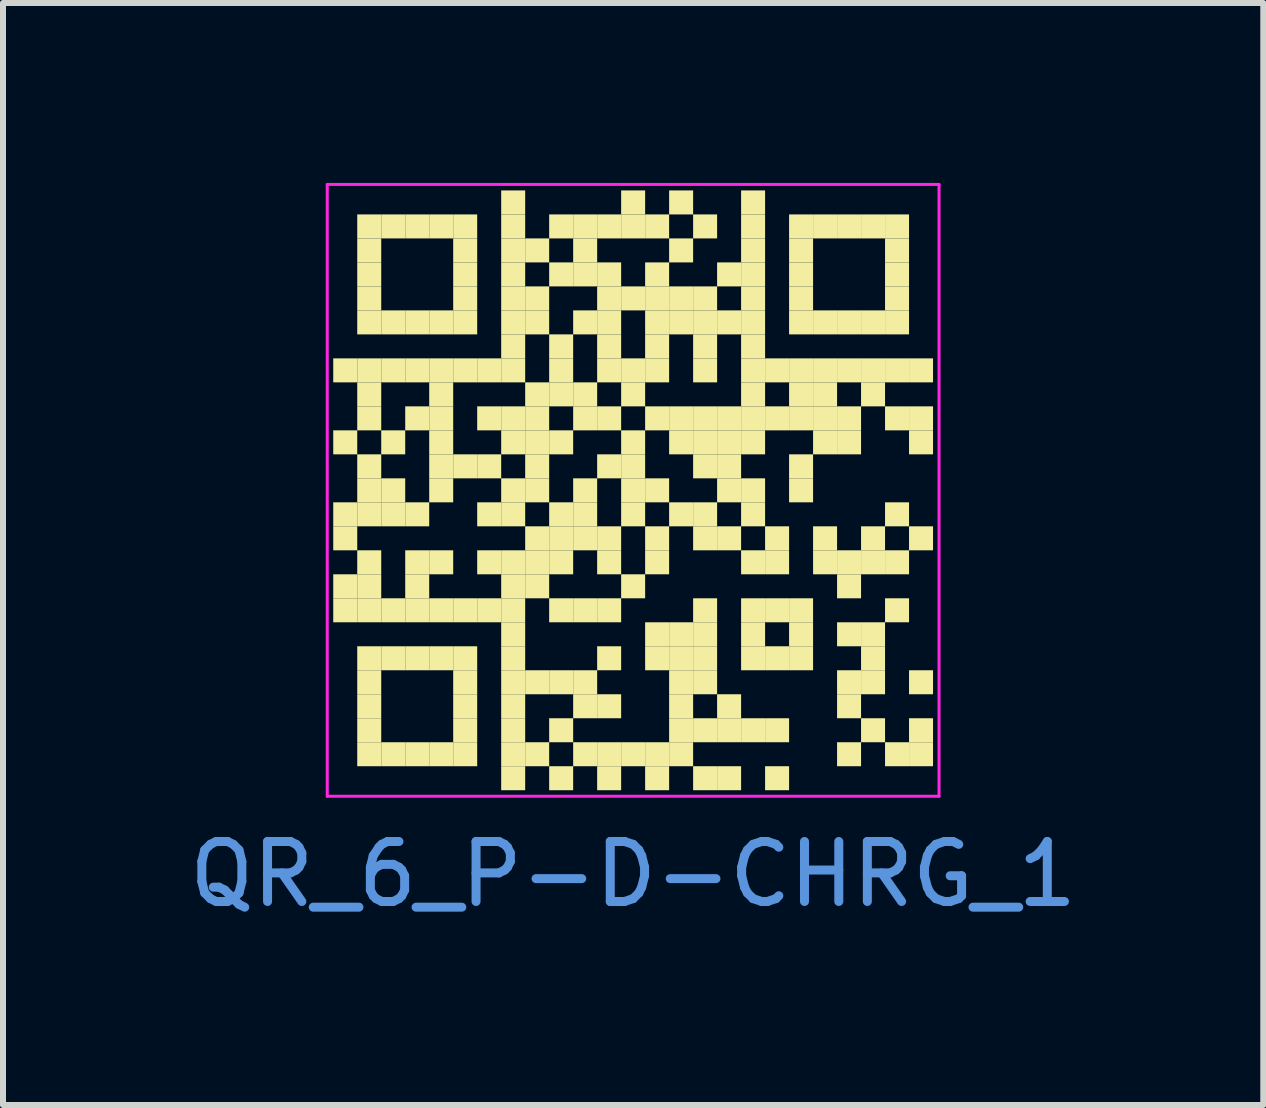
<source format=kicad_pcb>
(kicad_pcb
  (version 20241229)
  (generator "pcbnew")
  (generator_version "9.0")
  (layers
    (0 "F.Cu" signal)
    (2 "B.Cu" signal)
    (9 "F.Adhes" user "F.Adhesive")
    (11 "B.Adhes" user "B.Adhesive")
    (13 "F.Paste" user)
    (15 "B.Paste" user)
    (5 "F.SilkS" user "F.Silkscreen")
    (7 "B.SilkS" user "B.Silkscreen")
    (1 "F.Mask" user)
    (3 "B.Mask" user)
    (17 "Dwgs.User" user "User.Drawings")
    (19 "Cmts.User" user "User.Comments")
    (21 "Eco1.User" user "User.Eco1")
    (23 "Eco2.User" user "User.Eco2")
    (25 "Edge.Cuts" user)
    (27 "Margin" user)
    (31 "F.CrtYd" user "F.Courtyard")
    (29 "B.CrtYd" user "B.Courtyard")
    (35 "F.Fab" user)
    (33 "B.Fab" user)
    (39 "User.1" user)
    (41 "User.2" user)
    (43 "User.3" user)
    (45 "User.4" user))
  (footprint "QR_6_P-D-CHRG_1"
    (layer "F.Cu")
    (at 7.506 5.125)
    (property "Reference" "QR_6_P-D-CHRG_1" (at 0 6.4 0) (layer "Cmts.User") (effects (font (size 1 1) (thickness 0.15))))
    (fp_rect (start -5 -2.2) (end -4.6 -1.8) (stroke (width 0) (type solid)) (fill yes) (layer "F.SilkS"))
    (fp_rect (start -5 -1) (end -4.6 -0.6) (stroke (width 0) (type solid)) (fill yes) (layer "F.SilkS"))
    (fp_rect (start -5 0.2) (end -4.6 0.6) (stroke (width 0) (type solid)) (fill yes) (layer "F.SilkS"))
    (fp_rect (start -5 0.6) (end -4.6 1) (stroke (width 0) (type solid)) (fill yes) (layer "F.SilkS"))
    (fp_rect (start -5 1.4) (end -4.6 1.8) (stroke (width 0) (type solid)) (fill yes) (layer "F.SilkS"))
    (fp_rect (start -5 1.8) (end -4.6 2.2) (stroke (width 0) (type solid)) (fill yes) (layer "F.SilkS"))
    (fp_rect (start -4.6 -4.6) (end -4.2 -4.2) (stroke (width 0) (type solid)) (fill yes) (layer "F.SilkS"))
    (fp_rect (start -4.6 -4.2) (end -4.2 -3.8) (stroke (width 0) (type solid)) (fill yes) (layer "F.SilkS"))
    (fp_rect (start -4.6 -3.8) (end -4.2 -3.4) (stroke (width 0) (type solid)) (fill yes) (layer "F.SilkS"))
    (fp_rect (start -4.6 -3.4) (end -4.2 -3) (stroke (width 0) (type solid)) (fill yes) (layer "F.SilkS"))
    (fp_rect (start -4.6 -3) (end -4.2 -2.6) (stroke (width 0) (type solid)) (fill yes) (layer "F.SilkS"))
    (fp_rect (start -4.6 -2.2) (end -4.2 -1.8) (stroke (width 0) (type solid)) (fill yes) (layer "F.SilkS"))
    (fp_rect (start -4.6 -1.8) (end -4.2 -1.4) (stroke (width 0) (type solid)) (fill yes) (layer "F.SilkS"))
    (fp_rect (start -4.6 -1.4) (end -4.2 -1) (stroke (width 0) (type solid)) (fill yes) (layer "F.SilkS"))
    (fp_rect (start -4.6 -0.6) (end -4.2 -0.2) (stroke (width 0) (type solid)) (fill yes) (layer "F.SilkS"))
    (fp_rect (start -4.6 -0.2) (end -4.2 0.2) (stroke (width 0) (type solid)) (fill yes) (layer "F.SilkS"))
    (fp_rect (start -4.6 0.2) (end -4.2 0.6) (stroke (width 0) (type solid)) (fill yes) (layer "F.SilkS"))
    (fp_rect (start -4.6 1) (end -4.2 1.4) (stroke (width 0) (type solid)) (fill yes) (layer "F.SilkS"))
    (fp_rect (start -4.6 1.4) (end -4.2 1.8) (stroke (width 0) (type solid)) (fill yes) (layer "F.SilkS"))
    (fp_rect (start -4.6 1.8) (end -4.2 2.2) (stroke (width 0) (type solid)) (fill yes) (layer "F.SilkS"))
    (fp_rect (start -4.6 2.6) (end -4.2 3) (stroke (width 0) (type solid)) (fill yes) (layer "F.SilkS"))
    (fp_rect (start -4.6 3) (end -4.2 3.4) (stroke (width 0) (type solid)) (fill yes) (layer "F.SilkS"))
    (fp_rect (start -4.6 3.4) (end -4.2 3.8) (stroke (width 0) (type solid)) (fill yes) (layer "F.SilkS"))
    (fp_rect (start -4.6 3.8) (end -4.2 4.2) (stroke (width 0) (type solid)) (fill yes) (layer "F.SilkS"))
    (fp_rect (start -4.6 4.2) (end -4.2 4.6) (stroke (width 0) (type solid)) (fill yes) (layer "F.SilkS"))
    (fp_rect (start -4.2 -4.6) (end -3.8 -4.2) (stroke (width 0) (type solid)) (fill yes) (layer "F.SilkS"))
    (fp_rect (start -4.2 -3) (end -3.8 -2.6) (stroke (width 0) (type solid)) (fill yes) (layer "F.SilkS"))
    (fp_rect (start -4.2 -2.2) (end -3.8 -1.8) (stroke (width 0) (type solid)) (fill yes) (layer "F.SilkS"))
    (fp_rect (start -4.2 -1) (end -3.8 -0.6) (stroke (width 0) (type solid)) (fill yes) (layer "F.SilkS"))
    (fp_rect (start -4.2 -0.2) (end -3.8 0.2) (stroke (width 0) (type solid)) (fill yes) (layer "F.SilkS"))
    (fp_rect (start -4.2 0.2) (end -3.8 0.6) (stroke (width 0) (type solid)) (fill yes) (layer "F.SilkS"))
    (fp_rect (start -4.2 1.8) (end -3.8 2.2) (stroke (width 0) (type solid)) (fill yes) (layer "F.SilkS"))
    (fp_rect (start -4.2 2.6) (end -3.8 3) (stroke (width 0) (type solid)) (fill yes) (layer "F.SilkS"))
    (fp_rect (start -4.2 4.2) (end -3.8 4.6) (stroke (width 0) (type solid)) (fill yes) (layer "F.SilkS"))
    (fp_rect (start -3.8 -4.6) (end -3.4 -4.2) (stroke (width 0) (type solid)) (fill yes) (layer "F.SilkS"))
    (fp_rect (start -3.8 -3) (end -3.4 -2.6) (stroke (width 0) (type solid)) (fill yes) (layer "F.SilkS"))
    (fp_rect (start -3.8 -2.2) (end -3.4 -1.8) (stroke (width 0) (type solid)) (fill yes) (layer "F.SilkS"))
    (fp_rect (start -3.8 -1.4) (end -3.4 -1) (stroke (width 0) (type solid)) (fill yes) (layer "F.SilkS"))
    (fp_rect (start -3.8 0.2) (end -3.4 0.6) (stroke (width 0) (type solid)) (fill yes) (layer "F.SilkS"))
    (fp_rect (start -3.8 1) (end -3.4 1.4) (stroke (width 0) (type solid)) (fill yes) (layer "F.SilkS"))
    (fp_rect (start -3.8 1.4) (end -3.4 1.8) (stroke (width 0) (type solid)) (fill yes) (layer "F.SilkS"))
    (fp_rect (start -3.8 1.8) (end -3.4 2.2) (stroke (width 0) (type solid)) (fill yes) (layer "F.SilkS"))
    (fp_rect (start -3.8 2.6) (end -3.4 3) (stroke (width 0) (type solid)) (fill yes) (layer "F.SilkS"))
    (fp_rect (start -3.8 4.2) (end -3.4 4.6) (stroke (width 0) (type solid)) (fill yes) (layer "F.SilkS"))
    (fp_rect (start -3.4 -4.6) (end -3 -4.2) (stroke (width 0) (type solid)) (fill yes) (layer "F.SilkS"))
    (fp_rect (start -3.4 -3) (end -3 -2.6) (stroke (width 0) (type solid)) (fill yes) (layer "F.SilkS"))
    (fp_rect (start -3.4 -2.2) (end -3 -1.8) (stroke (width 0) (type solid)) (fill yes) (layer "F.SilkS"))
    (fp_rect (start -3.4 -1.8) (end -3 -1.4) (stroke (width 0) (type solid)) (fill yes) (layer "F.SilkS"))
    (fp_rect (start -3.4 -1.4) (end -3 -1) (stroke (width 0) (type solid)) (fill yes) (layer "F.SilkS"))
    (fp_rect (start -3.4 -1) (end -3 -0.6) (stroke (width 0) (type solid)) (fill yes) (layer "F.SilkS"))
    (fp_rect (start -3.4 -0.6) (end -3 -0.2) (stroke (width 0) (type solid)) (fill yes) (layer "F.SilkS"))
    (fp_rect (start -3.4 -0.2) (end -3 0.2) (stroke (width 0) (type solid)) (fill yes) (layer "F.SilkS"))
    (fp_rect (start -3.4 1) (end -3 1.4) (stroke (width 0) (type solid)) (fill yes) (layer "F.SilkS"))
    (fp_rect (start -3.4 1.8) (end -3 2.2) (stroke (width 0) (type solid)) (fill yes) (layer "F.SilkS"))
    (fp_rect (start -3.4 2.6) (end -3 3) (stroke (width 0) (type solid)) (fill yes) (layer "F.SilkS"))
    (fp_rect (start -3.4 4.2) (end -3 4.6) (stroke (width 0) (type solid)) (fill yes) (layer "F.SilkS"))
    (fp_rect (start -3 -4.6) (end -2.6 -4.2) (stroke (width 0) (type solid)) (fill yes) (layer "F.SilkS"))
    (fp_rect (start -3 -4.2) (end -2.6 -3.8) (stroke (width 0) (type solid)) (fill yes) (layer "F.SilkS"))
    (fp_rect (start -3 -3.8) (end -2.6 -3.4) (stroke (width 0) (type solid)) (fill yes) (layer "F.SilkS"))
    (fp_rect (start -3 -3.4) (end -2.6 -3) (stroke (width 0) (type solid)) (fill yes) (layer "F.SilkS"))
    (fp_rect (start -3 -3) (end -2.6 -2.6) (stroke (width 0) (type solid)) (fill yes) (layer "F.SilkS"))
    (fp_rect (start -3 -2.2) (end -2.6 -1.8) (stroke (width 0) (type solid)) (fill yes) (layer "F.SilkS"))
    (fp_rect (start -3 -0.6) (end -2.6 -0.2) (stroke (width 0) (type solid)) (fill yes) (layer "F.SilkS"))
    (fp_rect (start -3 1.8) (end -2.6 2.2) (stroke (width 0) (type solid)) (fill yes) (layer "F.SilkS"))
    (fp_rect (start -3 2.6) (end -2.6 3) (stroke (width 0) (type solid)) (fill yes) (layer "F.SilkS"))
    (fp_rect (start -3 3) (end -2.6 3.4) (stroke (width 0) (type solid)) (fill yes) (layer "F.SilkS"))
    (fp_rect (start -3 3.4) (end -2.6 3.8) (stroke (width 0) (type solid)) (fill yes) (layer "F.SilkS"))
    (fp_rect (start -3 3.8) (end -2.6 4.2) (stroke (width 0) (type solid)) (fill yes) (layer "F.SilkS"))
    (fp_rect (start -3 4.2) (end -2.6 4.6) (stroke (width 0) (type solid)) (fill yes) (layer "F.SilkS"))
    (fp_rect (start -2.6 -2.2) (end -2.2 -1.8) (stroke (width 0) (type solid)) (fill yes) (layer "F.SilkS"))
    (fp_rect (start -2.6 -1.4) (end -2.2 -1) (stroke (width 0) (type solid)) (fill yes) (layer "F.SilkS"))
    (fp_rect (start -2.6 -0.6) (end -2.2 -0.2) (stroke (width 0) (type solid)) (fill yes) (layer "F.SilkS"))
    (fp_rect (start -2.6 0.2) (end -2.2 0.6) (stroke (width 0) (type solid)) (fill yes) (layer "F.SilkS"))
    (fp_rect (start -2.6 1) (end -2.2 1.4) (stroke (width 0) (type solid)) (fill yes) (layer "F.SilkS"))
    (fp_rect (start -2.6 1.8) (end -2.2 2.2) (stroke (width 0) (type solid)) (fill yes) (layer "F.SilkS"))
    (fp_rect (start -2.2 -5) (end -1.8 -4.6) (stroke (width 0) (type solid)) (fill yes) (layer "F.SilkS"))
    (fp_rect (start -2.2 -4.6) (end -1.8 -4.2) (stroke (width 0) (type solid)) (fill yes) (layer "F.SilkS"))
    (fp_rect (start -2.2 -4.2) (end -1.8 -3.8) (stroke (width 0) (type solid)) (fill yes) (layer "F.SilkS"))
    (fp_rect (start -2.2 -3.8) (end -1.8 -3.4) (stroke (width 0) (type solid)) (fill yes) (layer "F.SilkS"))
    (fp_rect (start -2.2 -3.4) (end -1.8 -3) (stroke (width 0) (type solid)) (fill yes) (layer "F.SilkS"))
    (fp_rect (start -2.2 -3) (end -1.8 -2.6) (stroke (width 0) (type solid)) (fill yes) (layer "F.SilkS"))
    (fp_rect (start -2.2 -2.6) (end -1.8 -2.2) (stroke (width 0) (type solid)) (fill yes) (layer "F.SilkS"))
    (fp_rect (start -2.2 -2.2) (end -1.8 -1.8) (stroke (width 0) (type solid)) (fill yes) (layer "F.SilkS"))
    (fp_rect (start -2.2 -1.4) (end -1.8 -1) (stroke (width 0) (type solid)) (fill yes) (layer "F.SilkS"))
    (fp_rect (start -2.2 -1) (end -1.8 -0.6) (stroke (width 0) (type solid)) (fill yes) (layer "F.SilkS"))
    (fp_rect (start -2.2 -0.2) (end -1.8 0.2) (stroke (width 0) (type solid)) (fill yes) (layer "F.SilkS"))
    (fp_rect (start -2.2 0.2) (end -1.8 0.6) (stroke (width 0) (type solid)) (fill yes) (layer "F.SilkS"))
    (fp_rect (start -2.2 1) (end -1.8 1.4) (stroke (width 0) (type solid)) (fill yes) (layer "F.SilkS"))
    (fp_rect (start -2.2 1.4) (end -1.8 1.8) (stroke (width 0) (type solid)) (fill yes) (layer "F.SilkS"))
    (fp_rect (start -2.2 1.8) (end -1.8 2.2) (stroke (width 0) (type solid)) (fill yes) (layer "F.SilkS"))
    (fp_rect (start -2.2 2.2) (end -1.8 2.6) (stroke (width 0) (type solid)) (fill yes) (layer "F.SilkS"))
    (fp_rect (start -2.2 2.6) (end -1.8 3) (stroke (width 0) (type solid)) (fill yes) (layer "F.SilkS"))
    (fp_rect (start -2.2 3) (end -1.8 3.4) (stroke (width 0) (type solid)) (fill yes) (layer "F.SilkS"))
    (fp_rect (start -2.2 3.4) (end -1.8 3.8) (stroke (width 0) (type solid)) (fill yes) (layer "F.SilkS"))
    (fp_rect (start -2.2 3.8) (end -1.8 4.2) (stroke (width 0) (type solid)) (fill yes) (layer "F.SilkS"))
    (fp_rect (start -2.2 4.2) (end -1.8 4.6) (stroke (width 0) (type solid)) (fill yes) (layer "F.SilkS"))
    (fp_rect (start -2.2 4.6) (end -1.8 5) (stroke (width 0) (type solid)) (fill yes) (layer "F.SilkS"))
    (fp_rect (start -1.8 -4.2) (end -1.4 -3.8) (stroke (width 0) (type solid)) (fill yes) (layer "F.SilkS"))
    (fp_rect (start -1.8 -3.4) (end -1.4 -3) (stroke (width 0) (type solid)) (fill yes) (layer "F.SilkS"))
    (fp_rect (start -1.8 -3) (end -1.4 -2.6) (stroke (width 0) (type solid)) (fill yes) (layer "F.SilkS"))
    (fp_rect (start -1.8 -1.8) (end -1.4 -1.4) (stroke (width 0) (type solid)) (fill yes) (layer "F.SilkS"))
    (fp_rect (start -1.8 -1.4) (end -1.4 -1) (stroke (width 0) (type solid)) (fill yes) (layer "F.SilkS"))
    (fp_rect (start -1.8 -1) (end -1.4 -0.6) (stroke (width 0) (type solid)) (fill yes) (layer "F.SilkS"))
    (fp_rect (start -1.8 -0.6) (end -1.4 -0.2) (stroke (width 0) (type solid)) (fill yes) (layer "F.SilkS"))
    (fp_rect (start -1.8 -0.2) (end -1.4 0.2) (stroke (width 0) (type solid)) (fill yes) (layer "F.SilkS"))
    (fp_rect (start -1.8 0.6) (end -1.4 1) (stroke (width 0) (type solid)) (fill yes) (layer "F.SilkS"))
    (fp_rect (start -1.8 1) (end -1.4 1.4) (stroke (width 0) (type solid)) (fill yes) (layer "F.SilkS"))
    (fp_rect (start -1.8 1.4) (end -1.4 1.8) (stroke (width 0) (type solid)) (fill yes) (layer "F.SilkS"))
    (fp_rect (start -1.8 3) (end -1.4 3.4) (stroke (width 0) (type solid)) (fill yes) (layer "F.SilkS"))
    (fp_rect (start -1.8 4.2) (end -1.4 4.6) (stroke (width 0) (type solid)) (fill yes) (layer "F.SilkS"))
    (fp_rect (start -1.4 -4.6) (end -1 -4.2) (stroke (width 0) (type solid)) (fill yes) (layer "F.SilkS"))
    (fp_rect (start -1.4 -3.8) (end -1 -3.4) (stroke (width 0) (type solid)) (fill yes) (layer "F.SilkS"))
    (fp_rect (start -1.4 -2.6) (end -1 -2.2) (stroke (width 0) (type solid)) (fill yes) (layer "F.SilkS"))
    (fp_rect (start -1.4 -2.2) (end -1 -1.8) (stroke (width 0) (type solid)) (fill yes) (layer "F.SilkS"))
    (fp_rect (start -1.4 -1.8) (end -1 -1.4) (stroke (width 0) (type solid)) (fill yes) (layer "F.SilkS"))
    (fp_rect (start -1.4 -1) (end -1 -0.6) (stroke (width 0) (type solid)) (fill yes) (layer "F.SilkS"))
    (fp_rect (start -1.4 0.2) (end -1 0.6) (stroke (width 0) (type solid)) (fill yes) (layer "F.SilkS"))
    (fp_rect (start -1.4 0.6) (end -1 1) (stroke (width 0) (type solid)) (fill yes) (layer "F.SilkS"))
    (fp_rect (start -1.4 1) (end -1 1.4) (stroke (width 0) (type solid)) (fill yes) (layer "F.SilkS"))
    (fp_rect (start -1.4 1.8) (end -1 2.2) (stroke (width 0) (type solid)) (fill yes) (layer "F.SilkS"))
    (fp_rect (start -1.4 3) (end -1 3.4) (stroke (width 0) (type solid)) (fill yes) (layer "F.SilkS"))
    (fp_rect (start -1.4 3.8) (end -1 4.2) (stroke (width 0) (type solid)) (fill yes) (layer "F.SilkS"))
    (fp_rect (start -1.4 4.6) (end -1 5) (stroke (width 0) (type solid)) (fill yes) (layer "F.SilkS"))
    (fp_rect (start -1 -4.6) (end -0.6 -4.2) (stroke (width 0) (type solid)) (fill yes) (layer "F.SilkS"))
    (fp_rect (start -1 -4.2) (end -0.6 -3.8) (stroke (width 0) (type solid)) (fill yes) (layer "F.SilkS"))
    (fp_rect (start -1 -3.8) (end -0.6 -3.4) (stroke (width 0) (type solid)) (fill yes) (layer "F.SilkS"))
    (fp_rect (start -1 -3) (end -0.6 -2.6) (stroke (width 0) (type solid)) (fill yes) (layer "F.SilkS"))
    (fp_rect (start -1 -1.8) (end -0.6 -1.4) (stroke (width 0) (type solid)) (fill yes) (layer "F.SilkS"))
    (fp_rect (start -1 -1.4) (end -0.6 -1) (stroke (width 0) (type solid)) (fill yes) (layer "F.SilkS"))
    (fp_rect (start -1 -0.2) (end -0.6 0.2) (stroke (width 0) (type solid)) (fill yes) (layer "F.SilkS"))
    (fp_rect (start -1 0.2) (end -0.6 0.6) (stroke (width 0) (type solid)) (fill yes) (layer "F.SilkS"))
    (fp_rect (start -1 0.6) (end -0.6 1) (stroke (width 0) (type solid)) (fill yes) (layer "F.SilkS"))
    (fp_rect (start -1 1.8) (end -0.6 2.2) (stroke (width 0) (type solid)) (fill yes) (layer "F.SilkS"))
    (fp_rect (start -1 3) (end -0.6 3.4) (stroke (width 0) (type solid)) (fill yes) (layer "F.SilkS"))
    (fp_rect (start -1 3.4) (end -0.6 3.8) (stroke (width 0) (type solid)) (fill yes) (layer "F.SilkS"))
    (fp_rect (start -1 4.2) (end -0.6 4.6) (stroke (width 0) (type solid)) (fill yes) (layer "F.SilkS"))
    (fp_rect (start -0.6 -4.6) (end -0.2 -4.2) (stroke (width 0) (type solid)) (fill yes) (layer "F.SilkS"))
    (fp_rect (start -0.6 -3.8) (end -0.2 -3.4) (stroke (width 0) (type solid)) (fill yes) (layer "F.SilkS"))
    (fp_rect (start -0.6 -3.4) (end -0.2 -3) (stroke (width 0) (type solid)) (fill yes) (layer "F.SilkS"))
    (fp_rect (start -0.6 -3) (end -0.2 -2.6) (stroke (width 0) (type solid)) (fill yes) (layer "F.SilkS"))
    (fp_rect (start -0.6 -2.6) (end -0.2 -2.2) (stroke (width 0) (type solid)) (fill yes) (layer "F.SilkS"))
    (fp_rect (start -0.6 -2.2) (end -0.2 -1.8) (stroke (width 0) (type solid)) (fill yes) (layer "F.SilkS"))
    (fp_rect (start -0.6 -1.4) (end -0.2 -1) (stroke (width 0) (type solid)) (fill yes) (layer "F.SilkS"))
    (fp_rect (start -0.6 -0.6) (end -0.2 -0.2) (stroke (width 0) (type solid)) (fill yes) (layer "F.SilkS"))
    (fp_rect (start -0.6 0.6) (end -0.2 1) (stroke (width 0) (type solid)) (fill yes) (layer "F.SilkS"))
    (fp_rect (start -0.6 1) (end -0.2 1.4) (stroke (width 0) (type solid)) (fill yes) (layer "F.SilkS"))
    (fp_rect (start -0.6 1.8) (end -0.2 2.2) (stroke (width 0) (type solid)) (fill yes) (layer "F.SilkS"))
    (fp_rect (start -0.6 2.6) (end -0.2 3) (stroke (width 0) (type solid)) (fill yes) (layer "F.SilkS"))
    (fp_rect (start -0.6 3.4) (end -0.2 3.8) (stroke (width 0) (type solid)) (fill yes) (layer "F.SilkS"))
    (fp_rect (start -0.6 4.2) (end -0.2 4.6) (stroke (width 0) (type solid)) (fill yes) (layer "F.SilkS"))
    (fp_rect (start -0.6 4.6) (end -0.2 5) (stroke (width 0) (type solid)) (fill yes) (layer "F.SilkS"))
    (fp_rect (start -0.2 -5) (end 0.2 -4.6) (stroke (width 0) (type solid)) (fill yes) (layer "F.SilkS"))
    (fp_rect (start -0.2 -4.6) (end 0.2 -4.2) (stroke (width 0) (type solid)) (fill yes) (layer "F.SilkS"))
    (fp_rect (start -0.2 -3.4) (end 0.2 -3) (stroke (width 0) (type solid)) (fill yes) (layer "F.SilkS"))
    (fp_rect (start -0.2 -2.2) (end 0.2 -1.8) (stroke (width 0) (type solid)) (fill yes) (layer "F.SilkS"))
    (fp_rect (start -0.2 -1.8) (end 0.2 -1.4) (stroke (width 0) (type solid)) (fill yes) (layer "F.SilkS"))
    (fp_rect (start -0.2 -1) (end 0.2 -0.6) (stroke (width 0) (type solid)) (fill yes) (layer "F.SilkS"))
    (fp_rect (start -0.2 -0.6) (end 0.2 -0.2) (stroke (width 0) (type solid)) (fill yes) (layer "F.SilkS"))
    (fp_rect (start -0.2 -0.2) (end 0.2 0.2) (stroke (width 0) (type solid)) (fill yes) (layer "F.SilkS"))
    (fp_rect (start -0.2 0.2) (end 0.2 0.6) (stroke (width 0) (type solid)) (fill yes) (layer "F.SilkS"))
    (fp_rect (start -0.2 1.4) (end 0.2 1.8) (stroke (width 0) (type solid)) (fill yes) (layer "F.SilkS"))
    (fp_rect (start -0.2 4.2) (end 0.2 4.6) (stroke (width 0) (type solid)) (fill yes) (layer "F.SilkS"))
    (fp_rect (start 0.2 -4.6) (end 0.6 -4.2) (stroke (width 0) (type solid)) (fill yes) (layer "F.SilkS"))
    (fp_rect (start 0.2 -3.8) (end 0.6 -3.4) (stroke (width 0) (type solid)) (fill yes) (layer "F.SilkS"))
    (fp_rect (start 0.2 -3.4) (end 0.6 -3) (stroke (width 0) (type solid)) (fill yes) (layer "F.SilkS"))
    (fp_rect (start 0.2 -3) (end 0.6 -2.6) (stroke (width 0) (type solid)) (fill yes) (layer "F.SilkS"))
    (fp_rect (start 0.2 -2.6) (end 0.6 -2.2) (stroke (width 0) (type solid)) (fill yes) (layer "F.SilkS"))
    (fp_rect (start 0.2 -2.2) (end 0.6 -1.8) (stroke (width 0) (type solid)) (fill yes) (layer "F.SilkS"))
    (fp_rect (start 0.2 -1.4) (end 0.6 -1) (stroke (width 0) (type solid)) (fill yes) (layer "F.SilkS"))
    (fp_rect (start 0.2 -0.2) (end 0.6 0.2) (stroke (width 0) (type solid)) (fill yes) (layer "F.SilkS"))
    (fp_rect (start 0.2 0.6) (end 0.6 1) (stroke (width 0) (type solid)) (fill yes) (layer "F.SilkS"))
    (fp_rect (start 0.2 1) (end 0.6 1.4) (stroke (width 0) (type solid)) (fill yes) (layer "F.SilkS"))
    (fp_rect (start 0.2 2.2) (end 0.6 2.6) (stroke (width 0) (type solid)) (fill yes) (layer "F.SilkS"))
    (fp_rect (start 0.2 2.6) (end 0.6 3) (stroke (width 0) (type solid)) (fill yes) (layer "F.SilkS"))
    (fp_rect (start 0.2 4.2) (end 0.6 4.6) (stroke (width 0) (type solid)) (fill yes) (layer "F.SilkS"))
    (fp_rect (start 0.2 4.6) (end 0.6 5) (stroke (width 0) (type solid)) (fill yes) (layer "F.SilkS"))
    (fp_rect (start 0.6 -5) (end 1 -4.6) (stroke (width 0) (type solid)) (fill yes) (layer "F.SilkS"))
    (fp_rect (start 0.6 -4.2) (end 1 -3.8) (stroke (width 0) (type solid)) (fill yes) (layer "F.SilkS"))
    (fp_rect (start 0.6 -3.4) (end 1 -3) (stroke (width 0) (type solid)) (fill yes) (layer "F.SilkS"))
    (fp_rect (start 0.6 -3) (end 1 -2.6) (stroke (width 0) (type solid)) (fill yes) (layer "F.SilkS"))
    (fp_rect (start 0.6 -1.4) (end 1 -1) (stroke (width 0) (type solid)) (fill yes) (layer "F.SilkS"))
    (fp_rect (start 0.6 -1) (end 1 -0.6) (stroke (width 0) (type solid)) (fill yes) (layer "F.SilkS"))
    (fp_rect (start 0.6 0.2) (end 1 0.6) (stroke (width 0) (type solid)) (fill yes) (layer "F.SilkS"))
    (fp_rect (start 0.6 2.2) (end 1 2.6) (stroke (width 0) (type solid)) (fill yes) (layer "F.SilkS"))
    (fp_rect (start 0.6 2.6) (end 1 3) (stroke (width 0) (type solid)) (fill yes) (layer "F.SilkS"))
    (fp_rect (start 0.6 3) (end 1 3.4) (stroke (width 0) (type solid)) (fill yes) (layer "F.SilkS"))
    (fp_rect (start 0.6 3.4) (end 1 3.8) (stroke (width 0) (type solid)) (fill yes) (layer "F.SilkS"))
    (fp_rect (start 0.6 3.8) (end 1 4.2) (stroke (width 0) (type solid)) (fill yes) (layer "F.SilkS"))
    (fp_rect (start 0.6 4.2) (end 1 4.6) (stroke (width 0) (type solid)) (fill yes) (layer "F.SilkS"))
    (fp_rect (start 1 -4.6) (end 1.4 -4.2) (stroke (width 0) (type solid)) (fill yes) (layer "F.SilkS"))
    (fp_rect (start 1 -3.4) (end 1.4 -3) (stroke (width 0) (type solid)) (fill yes) (layer "F.SilkS"))
    (fp_rect (start 1 -3) (end 1.4 -2.6) (stroke (width 0) (type solid)) (fill yes) (layer "F.SilkS"))
    (fp_rect (start 1 -2.6) (end 1.4 -2.2) (stroke (width 0) (type solid)) (fill yes) (layer "F.SilkS"))
    (fp_rect (start 1 -2.2) (end 1.4 -1.8) (stroke (width 0) (type solid)) (fill yes) (layer "F.SilkS"))
    (fp_rect (start 1 -1.4) (end 1.4 -1) (stroke (width 0) (type solid)) (fill yes) (layer "F.SilkS"))
    (fp_rect (start 1 -1) (end 1.4 -0.6) (stroke (width 0) (type solid)) (fill yes) (layer "F.SilkS"))
    (fp_rect (start 1 -0.6) (end 1.4 -0.2) (stroke (width 0) (type solid)) (fill yes) (layer "F.SilkS"))
    (fp_rect (start 1 0.2) (end 1.4 0.6) (stroke (width 0) (type solid)) (fill yes) (layer "F.SilkS"))
    (fp_rect (start 1 0.6) (end 1.4 1) (stroke (width 0) (type solid)) (fill yes) (layer "F.SilkS"))
    (fp_rect (start 1 1.8) (end 1.4 2.2) (stroke (width 0) (type solid)) (fill yes) (layer "F.SilkS"))
    (fp_rect (start 1 2.2) (end 1.4 2.6) (stroke (width 0) (type solid)) (fill yes) (layer "F.SilkS"))
    (fp_rect (start 1 2.6) (end 1.4 3) (stroke (width 0) (type solid)) (fill yes) (layer "F.SilkS"))
    (fp_rect (start 1 3) (end 1.4 3.4) (stroke (width 0) (type solid)) (fill yes) (layer "F.SilkS"))
    (fp_rect (start 1 3.8) (end 1.4 4.2) (stroke (width 0) (type solid)) (fill yes) (layer "F.SilkS"))
    (fp_rect (start 1 4.6) (end 1.4 5) (stroke (width 0) (type solid)) (fill yes) (layer "F.SilkS"))
    (fp_rect (start 1.4 -3.8) (end 1.8 -3.4) (stroke (width 0) (type solid)) (fill yes) (layer "F.SilkS"))
    (fp_rect (start 1.4 -3) (end 1.8 -2.6) (stroke (width 0) (type solid)) (fill yes) (layer "F.SilkS"))
    (fp_rect (start 1.4 -1.4) (end 1.8 -1) (stroke (width 0) (type solid)) (fill yes) (layer "F.SilkS"))
    (fp_rect (start 1.4 -1) (end 1.8 -0.6) (stroke (width 0) (type solid)) (fill yes) (layer "F.SilkS"))
    (fp_rect (start 1.4 -0.6) (end 1.8 -0.2) (stroke (width 0) (type solid)) (fill yes) (layer "F.SilkS"))
    (fp_rect (start 1.4 -0.2) (end 1.8 0.2) (stroke (width 0) (type solid)) (fill yes) (layer "F.SilkS"))
    (fp_rect (start 1.4 0.6) (end 1.8 1) (stroke (width 0) (type solid)) (fill yes) (layer "F.SilkS"))
    (fp_rect (start 1.4 3.4) (end 1.8 3.8) (stroke (width 0) (type solid)) (fill yes) (layer "F.SilkS"))
    (fp_rect (start 1.4 3.8) (end 1.8 4.2) (stroke (width 0) (type solid)) (fill yes) (layer "F.SilkS"))
    (fp_rect (start 1.4 4.6) (end 1.8 5) (stroke (width 0) (type solid)) (fill yes) (layer "F.SilkS"))
    (fp_rect (start 1.8 -5) (end 2.2 -4.6) (stroke (width 0) (type solid)) (fill yes) (layer "F.SilkS"))
    (fp_rect (start 1.8 -4.6) (end 2.2 -4.2) (stroke (width 0) (type solid)) (fill yes) (layer "F.SilkS"))
    (fp_rect (start 1.8 -4.2) (end 2.2 -3.8) (stroke (width 0) (type solid)) (fill yes) (layer "F.SilkS"))
    (fp_rect (start 1.8 -3.8) (end 2.2 -3.4) (stroke (width 0) (type solid)) (fill yes) (layer "F.SilkS"))
    (fp_rect (start 1.8 -3.4) (end 2.2 -3) (stroke (width 0) (type solid)) (fill yes) (layer "F.SilkS"))
    (fp_rect (start 1.8 -3) (end 2.2 -2.6) (stroke (width 0) (type solid)) (fill yes) (layer "F.SilkS"))
    (fp_rect (start 1.8 -2.6) (end 2.2 -2.2) (stroke (width 0) (type solid)) (fill yes) (layer "F.SilkS"))
    (fp_rect (start 1.8 -2.2) (end 2.2 -1.8) (stroke (width 0) (type solid)) (fill yes) (layer "F.SilkS"))
    (fp_rect (start 1.8 -1.8) (end 2.2 -1.4) (stroke (width 0) (type solid)) (fill yes) (layer "F.SilkS"))
    (fp_rect (start 1.8 -1.4) (end 2.2 -1) (stroke (width 0) (type solid)) (fill yes) (layer "F.SilkS"))
    (fp_rect (start 1.8 -1) (end 2.2 -0.6) (stroke (width 0) (type solid)) (fill yes) (layer "F.SilkS"))
    (fp_rect (start 1.8 -0.2) (end 2.2 0.2) (stroke (width 0) (type solid)) (fill yes) (layer "F.SilkS"))
    (fp_rect (start 1.8 0.2) (end 2.2 0.6) (stroke (width 0) (type solid)) (fill yes) (layer "F.SilkS"))
    (fp_rect (start 1.8 1) (end 2.2 1.4) (stroke (width 0) (type solid)) (fill yes) (layer "F.SilkS"))
    (fp_rect (start 1.8 1.8) (end 2.2 2.2) (stroke (width 0) (type solid)) (fill yes) (layer "F.SilkS"))
    (fp_rect (start 1.8 2.2) (end 2.2 2.6) (stroke (width 0) (type solid)) (fill yes) (layer "F.SilkS"))
    (fp_rect (start 1.8 2.6) (end 2.2 3) (stroke (width 0) (type solid)) (fill yes) (layer "F.SilkS"))
    (fp_rect (start 1.8 3.8) (end 2.2 4.2) (stroke (width 0) (type solid)) (fill yes) (layer "F.SilkS"))
    (fp_rect (start 2.2 -2.2) (end 2.6 -1.8) (stroke (width 0) (type solid)) (fill yes) (layer "F.SilkS"))
    (fp_rect (start 2.2 -1.4) (end 2.6 -1) (stroke (width 0) (type solid)) (fill yes) (layer "F.SilkS"))
    (fp_rect (start 2.2 0.6) (end 2.6 1) (stroke (width 0) (type solid)) (fill yes) (layer "F.SilkS"))
    (fp_rect (start 2.2 1) (end 2.6 1.4) (stroke (width 0) (type solid)) (fill yes) (layer "F.SilkS"))
    (fp_rect (start 2.2 1.8) (end 2.6 2.2) (stroke (width 0) (type solid)) (fill yes) (layer "F.SilkS"))
    (fp_rect (start 2.2 2.6) (end 2.6 3) (stroke (width 0) (type solid)) (fill yes) (layer "F.SilkS"))
    (fp_rect (start 2.2 3.8) (end 2.6 4.2) (stroke (width 0) (type solid)) (fill yes) (layer "F.SilkS"))
    (fp_rect (start 2.2 4.6) (end 2.6 5) (stroke (width 0) (type solid)) (fill yes) (layer "F.SilkS"))
    (fp_rect (start 2.6 -4.6) (end 3 -4.2) (stroke (width 0) (type solid)) (fill yes) (layer "F.SilkS"))
    (fp_rect (start 2.6 -4.2) (end 3 -3.8) (stroke (width 0) (type solid)) (fill yes) (layer "F.SilkS"))
    (fp_rect (start 2.6 -3.8) (end 3 -3.4) (stroke (width 0) (type solid)) (fill yes) (layer "F.SilkS"))
    (fp_rect (start 2.6 -3.4) (end 3 -3) (stroke (width 0) (type solid)) (fill yes) (layer "F.SilkS"))
    (fp_rect (start 2.6 -3) (end 3 -2.6) (stroke (width 0) (type solid)) (fill yes) (layer "F.SilkS"))
    (fp_rect (start 2.6 -2.2) (end 3 -1.8) (stroke (width 0) (type solid)) (fill yes) (layer "F.SilkS"))
    (fp_rect (start 2.6 -1.8) (end 3 -1.4) (stroke (width 0) (type solid)) (fill yes) (layer "F.SilkS"))
    (fp_rect (start 2.6 -1.4) (end 3 -1) (stroke (width 0) (type solid)) (fill yes) (layer "F.SilkS"))
    (fp_rect (start 2.6 -0.6) (end 3 -0.2) (stroke (width 0) (type solid)) (fill yes) (layer "F.SilkS"))
    (fp_rect (start 2.6 -0.2) (end 3 0.2) (stroke (width 0) (type solid)) (fill yes) (layer "F.SilkS"))
    (fp_rect (start 2.6 1.8) (end 3 2.2) (stroke (width 0) (type solid)) (fill yes) (layer "F.SilkS"))
    (fp_rect (start 2.6 2.2) (end 3 2.6) (stroke (width 0) (type solid)) (fill yes) (layer "F.SilkS"))
    (fp_rect (start 2.6 2.6) (end 3 3) (stroke (width 0) (type solid)) (fill yes) (layer "F.SilkS"))
    (fp_rect (start 3 -4.6) (end 3.4 -4.2) (stroke (width 0) (type solid)) (fill yes) (layer "F.SilkS"))
    (fp_rect (start 3 -3) (end 3.4 -2.6) (stroke (width 0) (type solid)) (fill yes) (layer "F.SilkS"))
    (fp_rect (start 3 -2.2) (end 3.4 -1.8) (stroke (width 0) (type solid)) (fill yes) (layer "F.SilkS"))
    (fp_rect (start 3 -1.8) (end 3.4 -1.4) (stroke (width 0) (type solid)) (fill yes) (layer "F.SilkS"))
    (fp_rect (start 3 -1.4) (end 3.4 -1) (stroke (width 0) (type solid)) (fill yes) (layer "F.SilkS"))
    (fp_rect (start 3 -1) (end 3.4 -0.6) (stroke (width 0) (type solid)) (fill yes) (layer "F.SilkS"))
    (fp_rect (start 3 0.6) (end 3.4 1) (stroke (width 0) (type solid)) (fill yes) (layer "F.SilkS"))
    (fp_rect (start 3 1) (end 3.4 1.4) (stroke (width 0) (type solid)) (fill yes) (layer "F.SilkS"))
    (fp_rect (start 3.4 -4.6) (end 3.8 -4.2) (stroke (width 0) (type solid)) (fill yes) (layer "F.SilkS"))
    (fp_rect (start 3.4 -3) (end 3.8 -2.6) (stroke (width 0) (type solid)) (fill yes) (layer "F.SilkS"))
    (fp_rect (start 3.4 -2.2) (end 3.8 -1.8) (stroke (width 0) (type solid)) (fill yes) (layer "F.SilkS"))
    (fp_rect (start 3.4 -1.4) (end 3.8 -1) (stroke (width 0) (type solid)) (fill yes) (layer "F.SilkS"))
    (fp_rect (start 3.4 -1) (end 3.8 -0.6) (stroke (width 0) (type solid)) (fill yes) (layer "F.SilkS"))
    (fp_rect (start 3.4 1) (end 3.8 1.4) (stroke (width 0) (type solid)) (fill yes) (layer "F.SilkS"))
    (fp_rect (start 3.4 1.4) (end 3.8 1.8) (stroke (width 0) (type solid)) (fill yes) (layer "F.SilkS"))
    (fp_rect (start 3.4 2.2) (end 3.8 2.6) (stroke (width 0) (type solid)) (fill yes) (layer "F.SilkS"))
    (fp_rect (start 3.4 3) (end 3.8 3.4) (stroke (width 0) (type solid)) (fill yes) (layer "F.SilkS"))
    (fp_rect (start 3.4 3.4) (end 3.8 3.8) (stroke (width 0) (type solid)) (fill yes) (layer "F.SilkS"))
    (fp_rect (start 3.4 4.2) (end 3.8 4.6) (stroke (width 0) (type solid)) (fill yes) (layer "F.SilkS"))
    (fp_rect (start 3.8 -4.6) (end 4.2 -4.2) (stroke (width 0) (type solid)) (fill yes) (layer "F.SilkS"))
    (fp_rect (start 3.8 -3) (end 4.2 -2.6) (stroke (width 0) (type solid)) (fill yes) (layer "F.SilkS"))
    (fp_rect (start 3.8 -2.2) (end 4.2 -1.8) (stroke (width 0) (type solid)) (fill yes) (layer "F.SilkS"))
    (fp_rect (start 3.8 -1.8) (end 4.2 -1.4) (stroke (width 0) (type solid)) (fill yes) (layer "F.SilkS"))
    (fp_rect (start 3.8 0.6) (end 4.2 1) (stroke (width 0) (type solid)) (fill yes) (layer "F.SilkS"))
    (fp_rect (start 3.8 1) (end 4.2 1.4) (stroke (width 0) (type solid)) (fill yes) (layer "F.SilkS"))
    (fp_rect (start 3.8 2.2) (end 4.2 2.6) (stroke (width 0) (type solid)) (fill yes) (layer "F.SilkS"))
    (fp_rect (start 3.8 2.6) (end 4.2 3) (stroke (width 0) (type solid)) (fill yes) (layer "F.SilkS"))
    (fp_rect (start 3.8 3) (end 4.2 3.4) (stroke (width 0) (type solid)) (fill yes) (layer "F.SilkS"))
    (fp_rect (start 3.8 3.8) (end 4.2 4.2) (stroke (width 0) (type solid)) (fill yes) (layer "F.SilkS"))
    (fp_rect (start 4.2 -4.6) (end 4.6 -4.2) (stroke (width 0) (type solid)) (fill yes) (layer "F.SilkS"))
    (fp_rect (start 4.2 -4.2) (end 4.6 -3.8) (stroke (width 0) (type solid)) (fill yes) (layer "F.SilkS"))
    (fp_rect (start 4.2 -3.8) (end 4.6 -3.4) (stroke (width 0) (type solid)) (fill yes) (layer "F.SilkS"))
    (fp_rect (start 4.2 -3.4) (end 4.6 -3) (stroke (width 0) (type solid)) (fill yes) (layer "F.SilkS"))
    (fp_rect (start 4.2 -3) (end 4.6 -2.6) (stroke (width 0) (type solid)) (fill yes) (layer "F.SilkS"))
    (fp_rect (start 4.2 -2.2) (end 4.6 -1.8) (stroke (width 0) (type solid)) (fill yes) (layer "F.SilkS"))
    (fp_rect (start 4.2 -1.4) (end 4.6 -1) (stroke (width 0) (type solid)) (fill yes) (layer "F.SilkS"))
    (fp_rect (start 4.2 0.2) (end 4.6 0.6) (stroke (width 0) (type solid)) (fill yes) (layer "F.SilkS"))
    (fp_rect (start 4.2 1) (end 4.6 1.4) (stroke (width 0) (type solid)) (fill yes) (layer "F.SilkS"))
    (fp_rect (start 4.2 1.8) (end 4.6 2.2) (stroke (width 0) (type solid)) (fill yes) (layer "F.SilkS"))
    (fp_rect (start 4.2 4.2) (end 4.6 4.6) (stroke (width 0) (type solid)) (fill yes) (layer "F.SilkS"))
    (fp_rect (start 4.6 -2.2) (end 5 -1.8) (stroke (width 0) (type solid)) (fill yes) (layer "F.SilkS"))
    (fp_rect (start 4.6 -1.4) (end 5 -1) (stroke (width 0) (type solid)) (fill yes) (layer "F.SilkS"))
    (fp_rect (start 4.6 -1) (end 5 -0.6) (stroke (width 0) (type solid)) (fill yes) (layer "F.SilkS"))
    (fp_rect (start 4.6 0.6) (end 5 1) (stroke (width 0) (type solid)) (fill yes) (layer "F.SilkS"))
    (fp_rect (start 4.6 3) (end 5 3.4) (stroke (width 0) (type solid)) (fill yes) (layer "F.SilkS"))
    (fp_rect (start 4.6 3.8) (end 5 4.2) (stroke (width 0) (type solid)) (fill yes) (layer "F.SilkS"))
    (fp_rect (start 4.6 4.2) (end 5 4.6) (stroke (width 0) (type solid)) (fill yes) (layer "F.SilkS"))
    (fp_line (start -5.1 -5.1) (end 5.1 -5.1) (stroke (width 0.05) (type solid)) (layer "F.CrtYd"))
    (fp_line (start -5.1 5.1) (end -5.1 -5.1) (stroke (width 0.05) (type solid)) (layer "F.CrtYd"))
    (fp_line (start 5.1 -5.1) (end 5.1 5.1) (stroke (width 0.05) (type solid)) (layer "F.CrtYd"))
    (fp_line (start 5.1 5.1) (end -5.1 5.1) (stroke (width 0.05) (type solid)) (layer "F.CrtYd")))
  (gr_rect
    (start -3 -3)
    (end 18.012 15.373)
    (stroke (width 0.1) (type default))
    (fill no)
    (layer "Edge.Cuts")))
</source>
